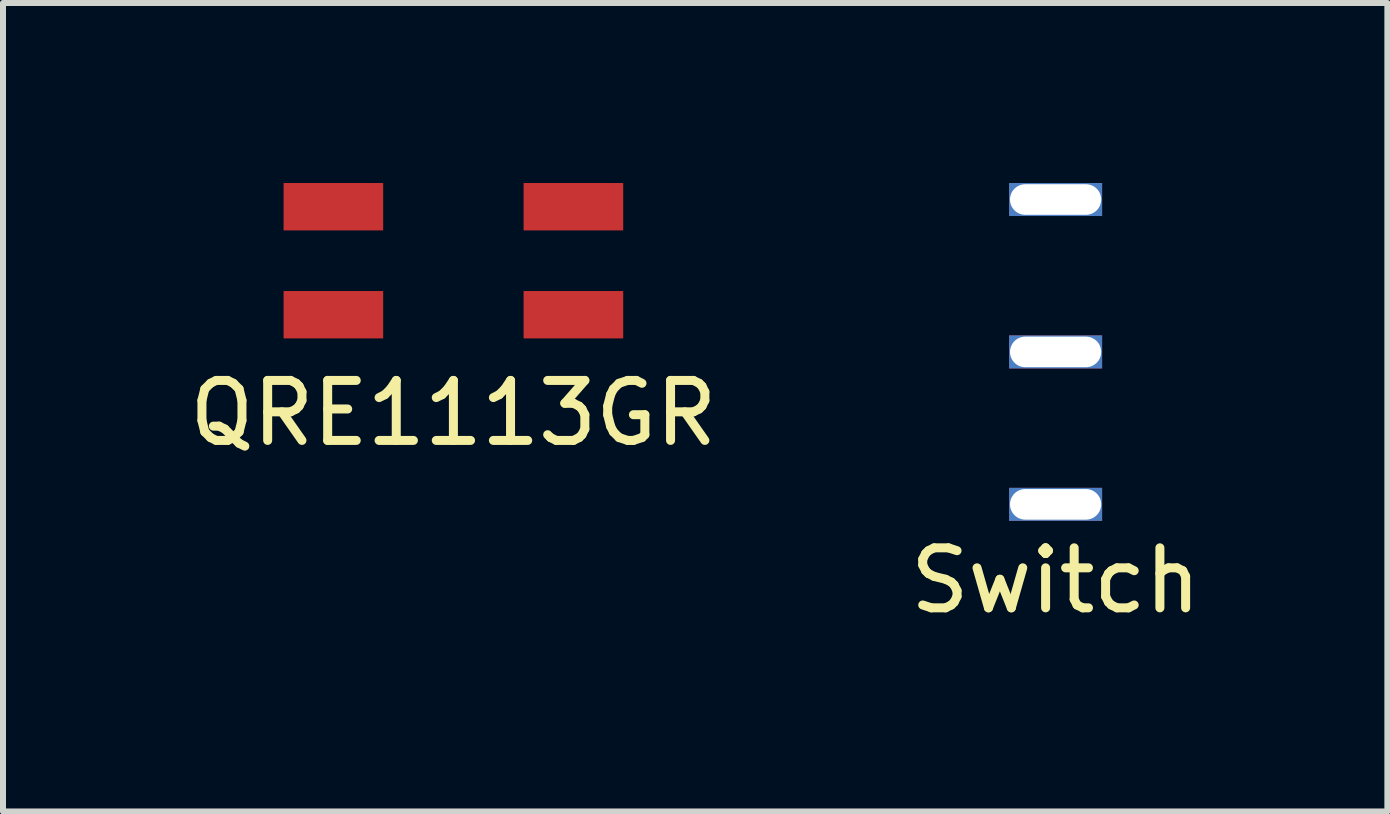
<source format=kicad_pcb>
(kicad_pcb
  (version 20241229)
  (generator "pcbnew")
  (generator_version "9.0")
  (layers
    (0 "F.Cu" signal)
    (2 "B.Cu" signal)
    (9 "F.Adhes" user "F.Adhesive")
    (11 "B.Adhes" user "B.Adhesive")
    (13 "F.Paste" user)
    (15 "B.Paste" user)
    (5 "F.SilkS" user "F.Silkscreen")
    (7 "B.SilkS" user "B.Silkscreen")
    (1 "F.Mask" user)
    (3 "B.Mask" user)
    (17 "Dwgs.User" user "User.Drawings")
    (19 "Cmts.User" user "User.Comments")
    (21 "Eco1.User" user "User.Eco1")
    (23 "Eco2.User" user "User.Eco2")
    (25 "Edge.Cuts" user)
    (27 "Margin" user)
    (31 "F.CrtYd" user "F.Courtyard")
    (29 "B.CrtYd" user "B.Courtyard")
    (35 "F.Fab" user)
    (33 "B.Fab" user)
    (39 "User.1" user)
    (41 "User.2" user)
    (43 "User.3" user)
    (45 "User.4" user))
  (footprint "QRE1113GR"
    (layer "F.Cu")
    (at 4.506 1.295)
    (property "Reference" "QRE1113GR" (at 0 2.54 0) (layer "F.SilkS") (effects (font (size 1 1) (thickness 0.15))))
    (attr through_hole)
    (pad "1" smd rect (at -2 0.9) (size 1.66 0.79) (layers "F.Cu" "F.Mask" "F.Paste"))
    (pad "2" smd rect (at 2 0.9) (size 1.66 0.79) (layers "F.Cu" "F.Mask" "F.Paste"))
    (pad "3" smd rect (at 2 -0.9) (size 1.66 0.79) (layers "F.Cu" "F.Mask" "F.Paste"))
    (pad "4" smd rect (at -2 -0.9) (size 1.66 0.79) (layers "F.Cu" "F.Mask" "F.Paste")))
  (footprint "Switch"
    (layer "F.Cu")
    (at 14.542 2.815)
    (property "Reference" "Switch" (at 0 3.81 0) (layer "F.SilkS") (effects (font (size 1 1) (thickness 0.15))))
    (attr through_hole)
    (pad "1" thru_hole rect (at 0 2.54) (size 1.55 0.55) (drill oval 1.52 0.51) (layers "*.Cu" "*.Mask"))
    (pad "2" thru_hole rect (at 0 0) (size 1.55 0.55) (drill oval 1.52 0.51) (layers "*.Cu" "*.Mask"))
    (pad "3" thru_hole rect (at 0 -2.54) (size 1.55 0.55) (drill oval 1.52 0.51) (layers "*.Cu" "*.Mask")))
  (gr_rect
    (start -3 -3)
    (end 20.071 10.473)
    (stroke (width 0.1) (type default))
    (fill no)
    (layer "Edge.Cuts")))
</source>
